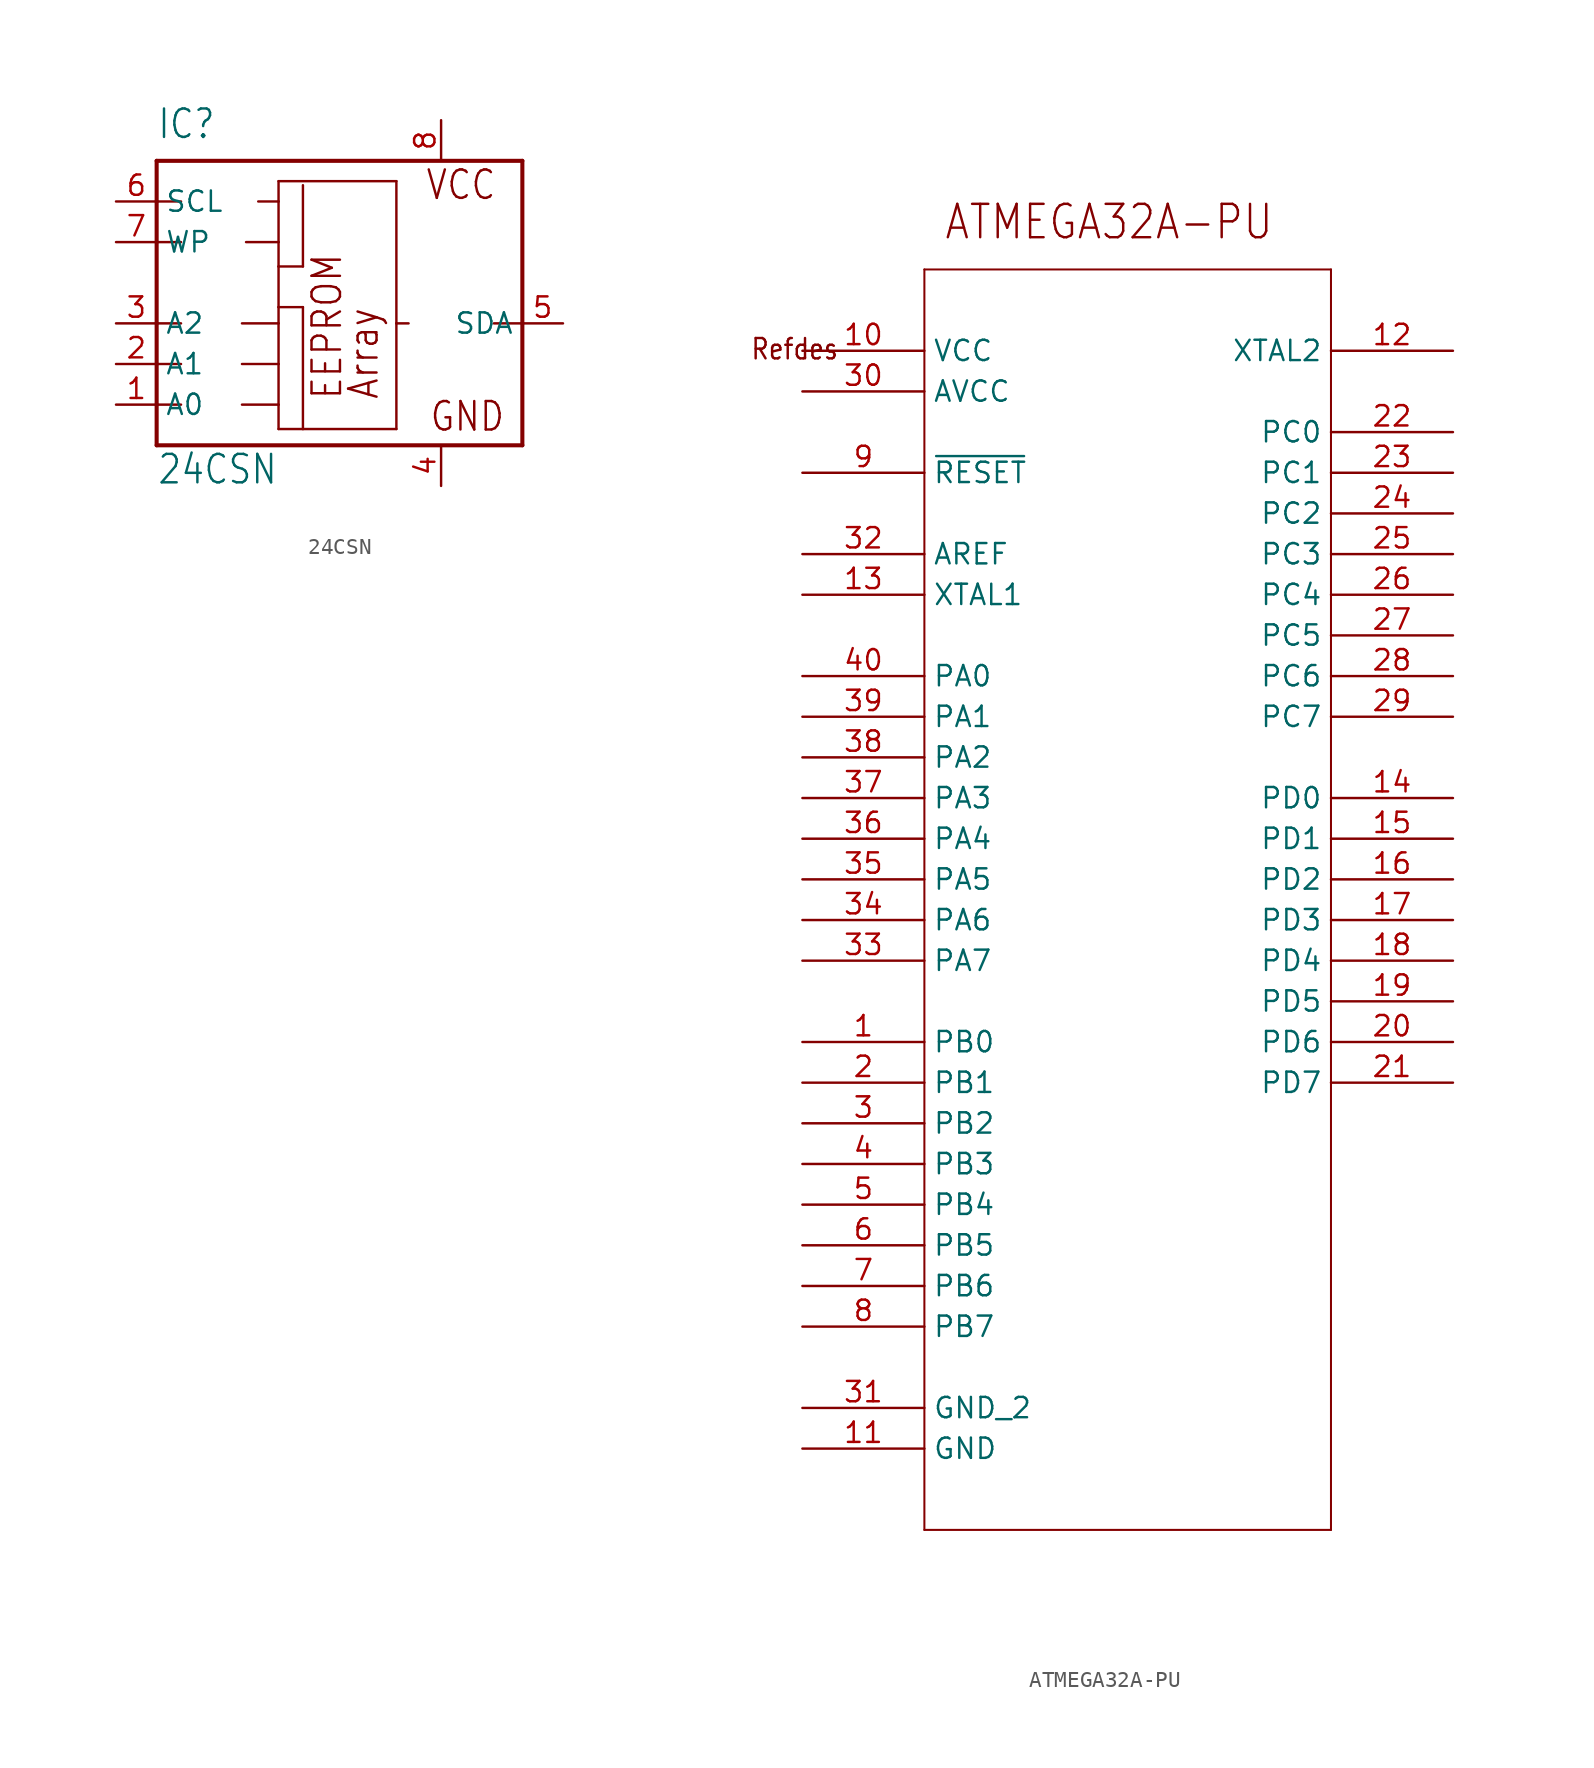
<source format=kicad_sym>
(kicad_symbol_lib
  (version 20211014)
  (generator kicad_symbol_editor)
  (symbol "24CSN"
    (property "Reference" "IC"
      (at -10.16 11.43 0)
      (effects (font (size 1.778 1.511)) (justify left bottom)))
    (property "Value" "24CSN"
      (at -10.16 -10.16 0)
      (effects (font (size 1.778 1.511)) (justify left bottom)))
    (property "ki_locked" ""
      (at 0 0 0)
      (effects (font (size 1.27 1.27))))
    (symbol "24CSN_1_0"
      (polyline (pts (xy -10.16 -7.62) (xy -10.16 -5.08)) (stroke (width 0.254) (type default) (color 0 0 0 0)) (fill (type none)))
      (polyline (pts (xy -10.16 -5.08) (xy -10.16 -2.54)) (stroke (width 0.254) (type default) (color 0 0 0 0)) (fill (type none)))
      (polyline (pts (xy -10.16 -5.08) (xy -8.636 -5.08)) (stroke (width 0.152) (type default) (color 0 0 0 0)) (fill (type none)))
      (polyline (pts (xy -10.16 -2.54) (xy -10.16 0)) (stroke (width 0.254) (type default) (color 0 0 0 0)) (fill (type none)))
      (polyline (pts (xy -10.16 -2.54) (xy -8.636 -2.54)) (stroke (width 0.152) (type default) (color 0 0 0 0)) (fill (type none)))
      (polyline (pts (xy -10.16 0) (xy -10.16 5.08)) (stroke (width 0.254) (type default) (color 0 0 0 0)) (fill (type none)))
      (polyline (pts (xy -10.16 0) (xy -8.636 0)) (stroke (width 0.152) (type default) (color 0 0 0 0)) (fill (type none)))
      (polyline (pts (xy -10.16 5.08) (xy -10.16 7.62)) (stroke (width 0.254) (type default) (color 0 0 0 0)) (fill (type none)))
      (polyline (pts (xy -10.16 5.08) (xy -8.636 5.08)) (stroke (width 0.152) (type default) (color 0 0 0 0)) (fill (type none)))
      (polyline (pts (xy -10.16 7.62) (xy -10.16 10.16)) (stroke (width 0.254) (type default) (color 0 0 0 0)) (fill (type none)))
      (polyline (pts (xy -10.16 7.62) (xy -8.636 7.62)) (stroke (width 0.152) (type default) (color 0 0 0 0)) (fill (type none)))
      (polyline (pts (xy -10.16 10.16) (xy 12.7 10.16)) (stroke (width 0.254) (type default) (color 0 0 0 0)) (fill (type none)))
      (polyline (pts (xy -4.826 -5.08) (xy -2.54 -5.08)) (stroke (width 0.152) (type default) (color 0 0 0 0)) (fill (type none)))
      (polyline (pts (xy -4.826 -2.54) (xy -2.54 -2.54)) (stroke (width 0.152) (type default) (color 0 0 0 0)) (fill (type none)))
      (polyline (pts (xy -4.826 0) (xy -2.54 0)) (stroke (width 0.152) (type default) (color 0 0 0 0)) (fill (type none)))
      (polyline (pts (xy -4.572 5.08) (xy -2.54 5.08)) (stroke (width 0.152) (type default) (color 0 0 0 0)) (fill (type none)))
      (polyline (pts (xy -3.81 7.62) (xy -2.54 7.62)) (stroke (width 0.152) (type default) (color 0 0 0 0)) (fill (type none)))
      (polyline (pts (xy -2.54 -6.604) (xy -2.54 -5.08)) (stroke (width 0.152) (type default) (color 0 0 0 0)) (fill (type none)))
      (polyline (pts (xy -2.54 -5.08) (xy -2.54 -2.54)) (stroke (width 0.152) (type default) (color 0 0 0 0)) (fill (type none)))
      (polyline (pts (xy -2.54 -2.54) (xy -2.54 0)) (stroke (width 0.152) (type default) (color 0 0 0 0)) (fill (type none)))
      (polyline (pts (xy -2.54 0) (xy -2.54 1.016)) (stroke (width 0.152) (type default) (color 0 0 0 0)) (fill (type none)))
      (polyline (pts (xy -2.54 1.016) (xy -2.54 3.556)) (stroke (width 0.152) (type default) (color 0 0 0 0)) (fill (type none)))
      (polyline (pts (xy -2.54 1.016) (xy -1.016 1.016)) (stroke (width 0.152) (type default) (color 0 0 0 0)) (fill (type none)))
      (polyline (pts (xy -2.54 3.556) (xy -2.54 5.08)) (stroke (width 0.152) (type default) (color 0 0 0 0)) (fill (type none)))
      (polyline (pts (xy -2.54 3.556) (xy -1.016 3.556)) (stroke (width 0.152) (type default) (color 0 0 0 0)) (fill (type none)))
      (polyline (pts (xy -2.54 5.08) (xy -2.54 7.62)) (stroke (width 0.152) (type default) (color 0 0 0 0)) (fill (type none)))
      (polyline (pts (xy -2.54 7.62) (xy -2.54 8.89)) (stroke (width 0.152) (type default) (color 0 0 0 0)) (fill (type none)))
      (polyline (pts (xy -2.54 8.89) (xy 4.826 8.89)) (stroke (width 0.152) (type default) (color 0 0 0 0)) (fill (type none)))
      (polyline (pts (xy -1.016 -6.604) (xy -2.54 -6.604)) (stroke (width 0.152) (type default) (color 0 0 0 0)) (fill (type none)))
      (polyline (pts (xy -1.016 1.016) (xy -1.016 -6.604)) (stroke (width 0.152) (type default) (color 0 0 0 0)) (fill (type none)))
      (polyline (pts (xy -1.016 8.636) (xy -1.016 3.556)) (stroke (width 0.152) (type default) (color 0 0 0 0)) (fill (type none)))
      (polyline (pts (xy 4.826 -6.604) (xy -1.016 -6.604)) (stroke (width 0.152) (type default) (color 0 0 0 0)) (fill (type none)))
      (polyline (pts (xy 4.826 0) (xy 4.826 -6.604)) (stroke (width 0.152) (type default) (color 0 0 0 0)) (fill (type none)))
      (polyline (pts (xy 4.826 8.89) (xy 4.826 0)) (stroke (width 0.152) (type default) (color 0 0 0 0)) (fill (type none)))
      (polyline (pts (xy 5.588 0) (xy 4.826 0)) (stroke (width 0.152) (type default) (color 0 0 0 0)) (fill (type none)))
      (polyline (pts (xy 12.7 -7.62) (xy -10.16 -7.62)) (stroke (width 0.254) (type default) (color 0 0 0 0)) (fill (type none)))
      (polyline (pts (xy 12.7 0) (xy 10.922 0)) (stroke (width 0.152) (type default) (color 0 0 0 0)) (fill (type none)))
      (polyline (pts (xy 12.7 0) (xy 12.7 -7.62)) (stroke (width 0.254) (type default) (color 0 0 0 0)) (fill (type none)))
      (polyline (pts (xy 12.7 10.16) (xy 12.7 0)) (stroke (width 0.254) (type default) (color 0 0 0 0)) (fill (type none)))
      (text "Array" (at 3.81 -4.826 900) (effects (font (size 1.778 1.511)) (justify left bottom)))
      (text "EEPROM" (at 1.524 -4.826 900) (effects (font (size 1.778 1.511)) (justify left bottom)))
      (text "GND" (at 6.858 -6.858 0) (effects (font (size 1.778 1.511)) (justify left bottom)))
      (text "VCC" (at 6.604 7.62 0) (effects (font (size 1.778 1.511)) (justify left bottom)))
      (pin input line (at -12.7 -5.08 0) (length 2.54) (name "A0" (effects (font (size 1.27 1.27)))) (number "1" (effects (font (size 1.27 1.27)))))
      (pin input line (at -12.7 -2.54 0) (length 2.54) (name "A1" (effects (font (size 1.27 1.27)))) (number "2" (effects (font (size 1.27 1.27)))))
      (pin input line (at -12.7 0 0) (length 2.54) (name "A2" (effects (font (size 1.27 1.27)))) (number "3" (effects (font (size 1.27 1.27)))))
      (pin power_in line (at 7.62 -10.16 90) (length 2.54) (name "GND" (effects (font (size 0 0)))) (number "4" (effects (font (size 1.27 1.27)))))
      (pin bidirectional line (at 15.24 0 180) (length 2.54) (name "SDA" (effects (font (size 1.27 1.27)))) (number "5" (effects (font (size 1.27 1.27)))))
      (pin input line (at -12.7 7.62 0) (length 2.54) (name "SCL" (effects (font (size 1.27 1.27)))) (number "6" (effects (font (size 1.27 1.27)))))
      (pin input line (at -12.7 5.08 0) (length 2.54) (name "WP" (effects (font (size 1.27 1.27)))) (number "7" (effects (font (size 1.27 1.27)))))
      (pin power_in line (at 7.62 12.7 270) (length 2.54) (name "VCC" (effects (font (size 0 0)))) (number "8" (effects (font (size 1.27 1.27)))))))
  (symbol "ATMEGA32A-PU"
    (property "Reference" "U"
      (at 0 0 0)
      (effects (font (size 1.27 1.27)) hide))
    (property "ki_locked" ""
      (at 0 0 0)
      (effects (font (size 1.27 1.27))))
    (symbol "ATMEGA32A-PU_1_0"
      (polyline (pts (xy 7.62 -73.66) (xy 33.02 -73.66)) (stroke (width 0.127) (type default) (color 0 0 0 0)) (fill (type none)))
      (polyline (pts (xy 7.62 5.08) (xy 7.62 -73.66)) (stroke (width 0.127) (type default) (color 0 0 0 0)) (fill (type none)))
      (polyline (pts (xy 33.02 -73.66) (xy 33.02 5.08)) (stroke (width 0.127) (type default) (color 0 0 0 0)) (fill (type none)))
      (polyline (pts (xy 33.02 5.08) (xy 7.62 5.08)) (stroke (width 0.127) (type default) (color 0 0 0 0)) (fill (type none)))
      (text "ATMEGA32A-PU" (at 8.814 6.833 0) (effects (font (size 2.083 1.77)) (justify left bottom)))
      (text "Refdes" (at -3.277 -0.635 0) (effects (font (size 1.27 1.079)) (justify left bottom)))
      (pin bidirectional line (at 0 -43.18 0) (length 7.62) (name "PB0" (effects (font (size 1.27 1.27)))) (number "1" (effects (font (size 1.27 1.27)))))
      (pin power_in line (at 0 0 0) (length 7.62) (name "VCC" (effects (font (size 1.27 1.27)))) (number "10" (effects (font (size 1.27 1.27)))))
      (pin passive line (at 0 -68.58 0) (length 7.62) (name "GND" (effects (font (size 1.27 1.27)))) (number "11" (effects (font (size 1.27 1.27)))))
      (pin output line (at 40.64 0 180) (length 7.62) (name "XTAL2" (effects (font (size 1.27 1.27)))) (number "12" (effects (font (size 1.27 1.27)))))
      (pin input line (at 0 -15.24 0) (length 7.62) (name "XTAL1" (effects (font (size 1.27 1.27)))) (number "13" (effects (font (size 1.27 1.27)))))
      (pin bidirectional line (at 40.64 -27.94 180) (length 7.62) (name "PD0" (effects (font (size 1.27 1.27)))) (number "14" (effects (font (size 1.27 1.27)))))
      (pin bidirectional line (at 40.64 -30.48 180) (length 7.62) (name "PD1" (effects (font (size 1.27 1.27)))) (number "15" (effects (font (size 1.27 1.27)))))
      (pin bidirectional line (at 40.64 -33.02 180) (length 7.62) (name "PD2" (effects (font (size 1.27 1.27)))) (number "16" (effects (font (size 1.27 1.27)))))
      (pin bidirectional line (at 40.64 -35.56 180) (length 7.62) (name "PD3" (effects (font (size 1.27 1.27)))) (number "17" (effects (font (size 1.27 1.27)))))
      (pin bidirectional line (at 40.64 -38.1 180) (length 7.62) (name "PD4" (effects (font (size 1.27 1.27)))) (number "18" (effects (font (size 1.27 1.27)))))
      (pin bidirectional line (at 40.64 -40.64 180) (length 7.62) (name "PD5" (effects (font (size 1.27 1.27)))) (number "19" (effects (font (size 1.27 1.27)))))
      (pin bidirectional line (at 0 -45.72 0) (length 7.62) (name "PB1" (effects (font (size 1.27 1.27)))) (number "2" (effects (font (size 1.27 1.27)))))
      (pin bidirectional line (at 40.64 -43.18 180) (length 7.62) (name "PD6" (effects (font (size 1.27 1.27)))) (number "20" (effects (font (size 1.27 1.27)))))
      (pin bidirectional line (at 40.64 -45.72 180) (length 7.62) (name "PD7" (effects (font (size 1.27 1.27)))) (number "21" (effects (font (size 1.27 1.27)))))
      (pin bidirectional line (at 40.64 -5.08 180) (length 7.62) (name "PC0" (effects (font (size 1.27 1.27)))) (number "22" (effects (font (size 1.27 1.27)))))
      (pin bidirectional line (at 40.64 -7.62 180) (length 7.62) (name "PC1" (effects (font (size 1.27 1.27)))) (number "23" (effects (font (size 1.27 1.27)))))
      (pin bidirectional line (at 40.64 -10.16 180) (length 7.62) (name "PC2" (effects (font (size 1.27 1.27)))) (number "24" (effects (font (size 1.27 1.27)))))
      (pin bidirectional line (at 40.64 -12.7 180) (length 7.62) (name "PC3" (effects (font (size 1.27 1.27)))) (number "25" (effects (font (size 1.27 1.27)))))
      (pin bidirectional line (at 40.64 -15.24 180) (length 7.62) (name "PC4" (effects (font (size 1.27 1.27)))) (number "26" (effects (font (size 1.27 1.27)))))
      (pin bidirectional line (at 40.64 -17.78 180) (length 7.62) (name "PC5" (effects (font (size 1.27 1.27)))) (number "27" (effects (font (size 1.27 1.27)))))
      (pin bidirectional line (at 40.64 -20.32 180) (length 7.62) (name "PC6" (effects (font (size 1.27 1.27)))) (number "28" (effects (font (size 1.27 1.27)))))
      (pin bidirectional line (at 40.64 -22.86 180) (length 7.62) (name "PC7" (effects (font (size 1.27 1.27)))) (number "29" (effects (font (size 1.27 1.27)))))
      (pin bidirectional line (at 0 -48.26 0) (length 7.62) (name "PB2" (effects (font (size 1.27 1.27)))) (number "3" (effects (font (size 1.27 1.27)))))
      (pin power_in line (at 0 -2.54 0) (length 7.62) (name "AVCC" (effects (font (size 1.27 1.27)))) (number "30" (effects (font (size 1.27 1.27)))))
      (pin passive line (at 0 -66.04 0) (length 7.62) (name "GND_2" (effects (font (size 1.27 1.27)))) (number "31" (effects (font (size 1.27 1.27)))))
      (pin input line (at 0 -12.7 0) (length 7.62) (name "AREF" (effects (font (size 1.27 1.27)))) (number "32" (effects (font (size 1.27 1.27)))))
      (pin bidirectional line (at 0 -38.1 0) (length 7.62) (name "PA7" (effects (font (size 1.27 1.27)))) (number "33" (effects (font (size 1.27 1.27)))))
      (pin bidirectional line (at 0 -35.56 0) (length 7.62) (name "PA6" (effects (font (size 1.27 1.27)))) (number "34" (effects (font (size 1.27 1.27)))))
      (pin bidirectional line (at 0 -33.02 0) (length 7.62) (name "PA5" (effects (font (size 1.27 1.27)))) (number "35" (effects (font (size 1.27 1.27)))))
      (pin bidirectional line (at 0 -30.48 0) (length 7.62) (name "PA4" (effects (font (size 1.27 1.27)))) (number "36" (effects (font (size 1.27 1.27)))))
      (pin bidirectional line (at 0 -27.94 0) (length 7.62) (name "PA3" (effects (font (size 1.27 1.27)))) (number "37" (effects (font (size 1.27 1.27)))))
      (pin bidirectional line (at 0 -25.4 0) (length 7.62) (name "PA2" (effects (font (size 1.27 1.27)))) (number "38" (effects (font (size 1.27 1.27)))))
      (pin bidirectional line (at 0 -22.86 0) (length 7.62) (name "PA1" (effects (font (size 1.27 1.27)))) (number "39" (effects (font (size 1.27 1.27)))))
      (pin bidirectional line (at 0 -50.8 0) (length 7.62) (name "PB3" (effects (font (size 1.27 1.27)))) (number "4" (effects (font (size 1.27 1.27)))))
      (pin bidirectional line (at 0 -20.32 0) (length 7.62) (name "PA0" (effects (font (size 1.27 1.27)))) (number "40" (effects (font (size 1.27 1.27)))))
      (pin bidirectional line (at 0 -53.34 0) (length 7.62) (name "PB4" (effects (font (size 1.27 1.27)))) (number "5" (effects (font (size 1.27 1.27)))))
      (pin bidirectional line (at 0 -55.88 0) (length 7.62) (name "PB5" (effects (font (size 1.27 1.27)))) (number "6" (effects (font (size 1.27 1.27)))))
      (pin bidirectional line (at 0 -58.42 0) (length 7.62) (name "PB6" (effects (font (size 1.27 1.27)))) (number "7" (effects (font (size 1.27 1.27)))))
      (pin bidirectional line (at 0 -60.96 0) (length 7.62) (name "PB7" (effects (font (size 1.27 1.27)))) (number "8" (effects (font (size 1.27 1.27)))))
      (pin input line (at 0 -7.62 0) (length 7.62) (name "~{RESET}" (effects (font (size 1.27 1.27)))) (number "9" (effects (font (size 1.27 1.27))))))))
</source>
